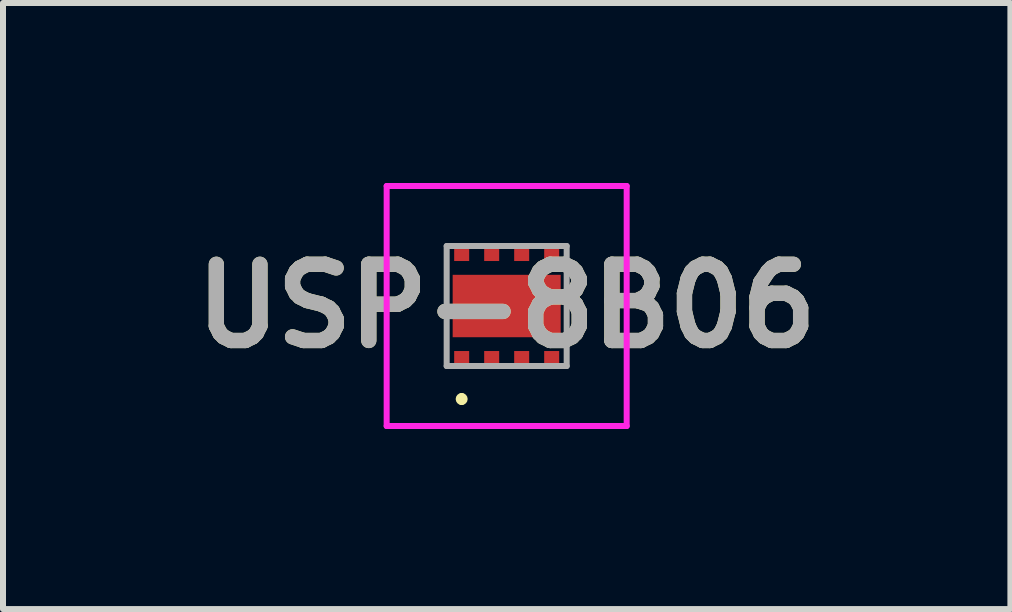
<source format=kicad_pcb>
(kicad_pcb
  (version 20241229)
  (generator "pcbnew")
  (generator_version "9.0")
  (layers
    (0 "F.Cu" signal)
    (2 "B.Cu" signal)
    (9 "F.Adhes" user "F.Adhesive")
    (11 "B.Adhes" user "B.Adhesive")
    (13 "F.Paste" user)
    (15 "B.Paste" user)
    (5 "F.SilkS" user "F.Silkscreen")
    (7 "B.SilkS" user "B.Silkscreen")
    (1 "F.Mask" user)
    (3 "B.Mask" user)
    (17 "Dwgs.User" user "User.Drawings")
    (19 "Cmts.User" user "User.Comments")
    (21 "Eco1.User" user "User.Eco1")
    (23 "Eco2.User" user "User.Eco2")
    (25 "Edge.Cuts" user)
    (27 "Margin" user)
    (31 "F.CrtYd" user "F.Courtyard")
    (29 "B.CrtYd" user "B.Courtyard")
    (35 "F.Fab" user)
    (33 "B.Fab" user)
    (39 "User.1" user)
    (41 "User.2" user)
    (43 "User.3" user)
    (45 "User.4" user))
  (footprint "USP-8B06"
    (layer "F.Cu")
    (at 5.394 2.05)
    (property "Reference" "USP-8B06" (at 0 0 0) (layer "F.SilkS") (effects (font (size 1.27 1.27) (thickness 0.254))))
    (attr smd)
    (fp_line (start -0.75 1.5) (end -0.75 1.5) (stroke (width 0.1) (type solid)) (layer "F.SilkS"))
    (fp_line (start -0.75 1.6) (end -0.75 1.6) (stroke (width 0.1) (type solid)) (layer "F.SilkS"))
    (fp_arc (start -0.75 1.5) (mid -0.7 1.55) (end -0.75 1.6) (stroke (width 0.1) (type solid)) (layer "F.SilkS"))
    (fp_arc (start -0.75 1.6) (mid -0.8 1.55) (end -0.75 1.5) (stroke (width 0.1) (type solid)) (layer "F.SilkS"))
    (fp_line (start -2 -2) (end -2 2) (stroke (width 0.1) (type solid)) (layer "F.CrtYd"))
    (fp_line (start -2 2) (end 2 2) (stroke (width 0.1) (type solid)) (layer "F.CrtYd"))
    (fp_line (start 2 -2) (end -2 -2) (stroke (width 0.1) (type solid)) (layer "F.CrtYd"))
    (fp_line (start 2 2) (end 2 -2) (stroke (width 0.1) (type solid)) (layer "F.CrtYd"))
    (fp_line (start -1 -1) (end -1 1) (stroke (width 0.1) (type solid)) (layer "F.Fab"))
    (fp_line (start -1 1) (end 1 1) (stroke (width 0.1) (type solid)) (layer "F.Fab"))
    (fp_line (start 1 -1) (end -1 -1) (stroke (width 0.1) (type solid)) (layer "F.Fab"))
    (fp_line (start 1 1) (end 1 -1) (stroke (width 0.1) (type solid)) (layer "F.Fab"))
    (fp_text user "${REFERENCE}" (at 0 0 0) (layer "F.Fab") (effects (font (size 1.27 1.27) (thickness 0.254))))
    (pad "1" smd rect (at -0.75 0.85 90) (size 0.2 0.25) (layers "F.Cu" "F.Mask" "F.Paste"))
    (pad "2" smd rect (at -0.25 0.85 90) (size 0.2 0.25) (layers "F.Cu" "F.Mask" "F.Paste"))
    (pad "3" smd rect (at 0.25 0.85 90) (size 0.2 0.25) (layers "F.Cu" "F.Mask" "F.Paste"))
    (pad "4" smd rect (at 0.75 0.85 90) (size 0.2 0.25) (layers "F.Cu" "F.Mask" "F.Paste"))
    (pad "5" smd rect (at 0.75 -0.85 90) (size 0.2 0.25) (layers "F.Cu" "F.Mask" "F.Paste"))
    (pad "6" smd rect (at 0.25 -0.85 90) (size 0.2 0.25) (layers "F.Cu" "F.Mask" "F.Paste"))
    (pad "7" smd rect (at -0.25 -0.85 90) (size 0.2 0.25) (layers "F.Cu" "F.Mask" "F.Paste"))
    (pad "8" smd rect (at -0.75 -0.85 90) (size 0.2 0.25) (layers "F.Cu" "F.Mask" "F.Paste"))
    (pad "9" smd rect (at 0 0 90) (size 1.04 1.8) (layers "F.Cu" "F.Mask" "F.Paste")))
  (gr_rect
    (start -3 -3)
    (end 13.789 7.1)
    (stroke (width 0.1) (type default))
    (fill no)
    (layer "Edge.Cuts")))
</source>
